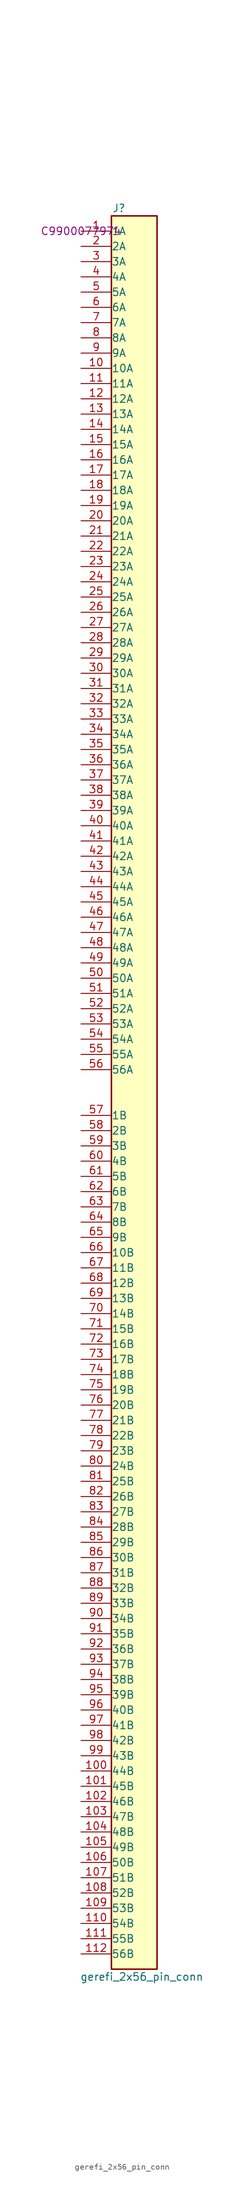
<source format=kicad_sym>
(kicad_symbol_lib
  (version 20231120)
  (generator "kicad_symbol_editor")
  (generator_version "8.0")
  (symbol "gerefi_2x56_pin_conn"
    (pin_names
      (offset 0.002))
    (property "Reference" "J"
      (at 6.35 3.81 0)
      (effects (font (size 1.27 1.27))))
    (property "Value" "gerefi_2x56_pin_conn"
      (at 10.16 -290.83 0)
      (effects (font (size 1.27 1.27))))
    (property "LCSC" "C9900077974"
      (at 0 0 0)
      (effects (font (size 1.27 1.27))))
    (symbol "gerefi_2x56_pin_conn_1_1"
      (rectangle (start 5.08 2.54) (end 12.7 -289.56) (stroke (width 0.254) (type default)) (fill (type background)))
      (pin passive line (at 0 0 0) (length 5.08) (name "1A" (effects (font (size 1.27 1.27)))) (number "1" (effects (font (size 1.27 1.27)))))
      (pin passive line (at 0 -22.86 0) (length 5.08) (name "10A" (effects (font (size 1.27 1.27)))) (number "10" (effects (font (size 1.27 1.27)))))
      (pin input line (at 0 -256.54 0) (length 5.08) (name "44B" (effects (font (size 1.27 1.27)))) (number "100" (effects (font (size 1.27 1.27)))))
      (pin input line (at 0 -259.08 0) (length 5.08) (name "45B" (effects (font (size 1.27 1.27)))) (number "101" (effects (font (size 1.27 1.27)))))
      (pin input line (at 0 -261.62 0) (length 5.08) (name "46B" (effects (font (size 1.27 1.27)))) (number "102" (effects (font (size 1.27 1.27)))))
      (pin input line (at 0 -264.16 0) (length 5.08) (name "47B" (effects (font (size 1.27 1.27)))) (number "103" (effects (font (size 1.27 1.27)))))
      (pin input line (at 0 -266.7 0) (length 5.08) (name "48B" (effects (font (size 1.27 1.27)))) (number "104" (effects (font (size 1.27 1.27)))))
      (pin input line (at 0 -269.24 0) (length 5.08) (name "49B" (effects (font (size 1.27 1.27)))) (number "105" (effects (font (size 1.27 1.27)))))
      (pin input line (at 0 -271.78 0) (length 5.08) (name "50B" (effects (font (size 1.27 1.27)))) (number "106" (effects (font (size 1.27 1.27)))))
      (pin input line (at 0 -274.32 0) (length 5.08) (name "51B" (effects (font (size 1.27 1.27)))) (number "107" (effects (font (size 1.27 1.27)))))
      (pin input line (at 0 -276.86 0) (length 5.08) (name "52B" (effects (font (size 1.27 1.27)))) (number "108" (effects (font (size 1.27 1.27)))))
      (pin input line (at 0 -279.4 0) (length 5.08) (name "53B" (effects (font (size 1.27 1.27)))) (number "109" (effects (font (size 1.27 1.27)))))
      (pin passive line (at 0 -25.4 0) (length 5.08) (name "11A" (effects (font (size 1.27 1.27)))) (number "11" (effects (font (size 1.27 1.27)))))
      (pin input line (at 0 -281.94 0) (length 5.08) (name "54B" (effects (font (size 1.27 1.27)))) (number "110" (effects (font (size 1.27 1.27)))))
      (pin input line (at 0 -284.48 0) (length 5.08) (name "55B" (effects (font (size 1.27 1.27)))) (number "111" (effects (font (size 1.27 1.27)))))
      (pin input line (at 0 -287.02 0) (length 5.08) (name "56B" (effects (font (size 1.27 1.27)))) (number "112" (effects (font (size 1.27 1.27)))))
      (pin passive line (at 0 -27.94 0) (length 5.08) (name "12A" (effects (font (size 1.27 1.27)))) (number "12" (effects (font (size 1.27 1.27)))))
      (pin passive line (at 0 -30.48 0) (length 5.08) (name "13A" (effects (font (size 1.27 1.27)))) (number "13" (effects (font (size 1.27 1.27)))))
      (pin passive line (at 0 -33.02 0) (length 5.08) (name "14A" (effects (font (size 1.27 1.27)))) (number "14" (effects (font (size 1.27 1.27)))))
      (pin passive line (at 0 -35.56 0) (length 5.08) (name "15A" (effects (font (size 1.27 1.27)))) (number "15" (effects (font (size 1.27 1.27)))))
      (pin passive line (at 0 -38.1 0) (length 5.08) (name "16A" (effects (font (size 1.27 1.27)))) (number "16" (effects (font (size 1.27 1.27)))))
      (pin passive line (at 0 -40.64 0) (length 5.08) (name "17A" (effects (font (size 1.27 1.27)))) (number "17" (effects (font (size 1.27 1.27)))))
      (pin passive line (at 0 -43.18 0) (length 5.08) (name "18A" (effects (font (size 1.27 1.27)))) (number "18" (effects (font (size 1.27 1.27)))))
      (pin passive line (at 0 -45.72 0) (length 5.08) (name "19A" (effects (font (size 1.27 1.27)))) (number "19" (effects (font (size 1.27 1.27)))))
      (pin passive line (at 0 -2.54 0) (length 5.08) (name "2A" (effects (font (size 1.27 1.27)))) (number "2" (effects (font (size 1.27 1.27)))))
      (pin passive line (at 0 -48.26 0) (length 5.08) (name "20A" (effects (font (size 1.27 1.27)))) (number "20" (effects (font (size 1.27 1.27)))))
      (pin passive line (at 0 -50.8 0) (length 5.08) (name "21A" (effects (font (size 1.27 1.27)))) (number "21" (effects (font (size 1.27 1.27)))))
      (pin passive line (at 0 -53.34 0) (length 5.08) (name "22A" (effects (font (size 1.27 1.27)))) (number "22" (effects (font (size 1.27 1.27)))))
      (pin passive line (at 0 -55.88 0) (length 5.08) (name "23A" (effects (font (size 1.27 1.27)))) (number "23" (effects (font (size 1.27 1.27)))))
      (pin passive line (at 0 -58.42 0) (length 5.08) (name "24A" (effects (font (size 1.27 1.27)))) (number "24" (effects (font (size 1.27 1.27)))))
      (pin passive line (at 0 -60.96 0) (length 5.08) (name "25A" (effects (font (size 1.27 1.27)))) (number "25" (effects (font (size 1.27 1.27)))))
      (pin passive line (at 0 -63.5 0) (length 5.08) (name "26A" (effects (font (size 1.27 1.27)))) (number "26" (effects (font (size 1.27 1.27)))))
      (pin passive line (at 0 -66.04 0) (length 5.08) (name "27A" (effects (font (size 1.27 1.27)))) (number "27" (effects (font (size 1.27 1.27)))))
      (pin passive line (at 0 -68.58 0) (length 5.08) (name "28A" (effects (font (size 1.27 1.27)))) (number "28" (effects (font (size 1.27 1.27)))))
      (pin passive line (at 0 -71.12 0) (length 5.08) (name "29A" (effects (font (size 1.27 1.27)))) (number "29" (effects (font (size 1.27 1.27)))))
      (pin passive line (at 0 -5.08 0) (length 5.08) (name "3A" (effects (font (size 1.27 1.27)))) (number "3" (effects (font (size 1.27 1.27)))))
      (pin passive line (at 0 -73.66 0) (length 5.08) (name "30A" (effects (font (size 1.27 1.27)))) (number "30" (effects (font (size 1.27 1.27)))))
      (pin passive line (at 0 -76.2 0) (length 5.08) (name "31A" (effects (font (size 1.27 1.27)))) (number "31" (effects (font (size 1.27 1.27)))))
      (pin passive line (at 0 -78.74 0) (length 5.08) (name "32A" (effects (font (size 1.27 1.27)))) (number "32" (effects (font (size 1.27 1.27)))))
      (pin passive line (at 0 -81.28 0) (length 5.08) (name "33A" (effects (font (size 1.27 1.27)))) (number "33" (effects (font (size 1.27 1.27)))))
      (pin passive line (at 0 -83.82 0) (length 5.08) (name "34A" (effects (font (size 1.27 1.27)))) (number "34" (effects (font (size 1.27 1.27)))))
      (pin passive line (at 0 -86.36 0) (length 5.08) (name "35A" (effects (font (size 1.27 1.27)))) (number "35" (effects (font (size 1.27 1.27)))))
      (pin passive line (at 0 -88.9 0) (length 5.08) (name "36A" (effects (font (size 1.27 1.27)))) (number "36" (effects (font (size 1.27 1.27)))))
      (pin passive line (at 0 -91.44 0) (length 5.08) (name "37A" (effects (font (size 1.27 1.27)))) (number "37" (effects (font (size 1.27 1.27)))))
      (pin passive line (at 0 -93.98 0) (length 5.08) (name "38A" (effects (font (size 1.27 1.27)))) (number "38" (effects (font (size 1.27 1.27)))))
      (pin passive line (at 0 -96.52 0) (length 5.08) (name "39A" (effects (font (size 1.27 1.27)))) (number "39" (effects (font (size 1.27 1.27)))))
      (pin passive line (at 0 -7.62 0) (length 5.08) (name "4A" (effects (font (size 1.27 1.27)))) (number "4" (effects (font (size 1.27 1.27)))))
      (pin passive line (at 0 -99.06 0) (length 5.08) (name "40A" (effects (font (size 1.27 1.27)))) (number "40" (effects (font (size 1.27 1.27)))))
      (pin passive line (at 0 -101.6 0) (length 5.08) (name "41A" (effects (font (size 1.27 1.27)))) (number "41" (effects (font (size 1.27 1.27)))))
      (pin passive line (at 0 -104.14 0) (length 5.08) (name "42A" (effects (font (size 1.27 1.27)))) (number "42" (effects (font (size 1.27 1.27)))))
      (pin passive line (at 0 -106.68 0) (length 5.08) (name "43A" (effects (font (size 1.27 1.27)))) (number "43" (effects (font (size 1.27 1.27)))))
      (pin passive line (at 0 -109.22 0) (length 5.08) (name "44A" (effects (font (size 1.27 1.27)))) (number "44" (effects (font (size 1.27 1.27)))))
      (pin passive line (at 0 -111.76 0) (length 5.08) (name "45A" (effects (font (size 1.27 1.27)))) (number "45" (effects (font (size 1.27 1.27)))))
      (pin passive line (at 0 -114.3 0) (length 5.08) (name "46A" (effects (font (size 1.27 1.27)))) (number "46" (effects (font (size 1.27 1.27)))))
      (pin passive line (at 0 -116.84 0) (length 5.08) (name "47A" (effects (font (size 1.27 1.27)))) (number "47" (effects (font (size 1.27 1.27)))))
      (pin passive line (at 0 -119.38 0) (length 5.08) (name "48A" (effects (font (size 1.27 1.27)))) (number "48" (effects (font (size 1.27 1.27)))))
      (pin passive line (at 0 -121.92 0) (length 5.08) (name "49A" (effects (font (size 1.27 1.27)))) (number "49" (effects (font (size 1.27 1.27)))))
      (pin passive line (at 0 -10.16 0) (length 5.08) (name "5A" (effects (font (size 1.27 1.27)))) (number "5" (effects (font (size 1.27 1.27)))))
      (pin passive line (at 0 -124.46 0) (length 5.08) (name "50A" (effects (font (size 1.27 1.27)))) (number "50" (effects (font (size 1.27 1.27)))))
      (pin passive line (at 0 -127 0) (length 5.08) (name "51A" (effects (font (size 1.27 1.27)))) (number "51" (effects (font (size 1.27 1.27)))))
      (pin passive line (at 0 -129.54 0) (length 5.08) (name "52A" (effects (font (size 1.27 1.27)))) (number "52" (effects (font (size 1.27 1.27)))))
      (pin passive line (at 0 -132.08 0) (length 5.08) (name "53A" (effects (font (size 1.27 1.27)))) (number "53" (effects (font (size 1.27 1.27)))))
      (pin passive line (at 0 -134.62 0) (length 5.08) (name "54A" (effects (font (size 1.27 1.27)))) (number "54" (effects (font (size 1.27 1.27)))))
      (pin passive line (at 0 -137.16 0) (length 5.08) (name "55A" (effects (font (size 1.27 1.27)))) (number "55" (effects (font (size 1.27 1.27)))))
      (pin passive line (at 0 -139.7 0) (length 5.08) (name "56A" (effects (font (size 1.27 1.27)))) (number "56" (effects (font (size 1.27 1.27)))))
      (pin input line (at 0 -147.32 0) (length 5.08) (name "1B" (effects (font (size 1.27 1.27)))) (number "57" (effects (font (size 1.27 1.27)))))
      (pin input line (at 0 -149.86 0) (length 5.08) (name "2B" (effects (font (size 1.27 1.27)))) (number "58" (effects (font (size 1.27 1.27)))))
      (pin input line (at 0 -152.4 0) (length 5.08) (name "3B" (effects (font (size 1.27 1.27)))) (number "59" (effects (font (size 1.27 1.27)))))
      (pin passive line (at 0 -12.7 0) (length 5.08) (name "6A" (effects (font (size 1.27 1.27)))) (number "6" (effects (font (size 1.27 1.27)))))
      (pin input line (at 0 -154.94 0) (length 5.08) (name "4B" (effects (font (size 1.27 1.27)))) (number "60" (effects (font (size 1.27 1.27)))))
      (pin input line (at 0 -157.48 0) (length 5.08) (name "5B" (effects (font (size 1.27 1.27)))) (number "61" (effects (font (size 1.27 1.27)))))
      (pin input line (at 0 -160.02 0) (length 5.08) (name "6B" (effects (font (size 1.27 1.27)))) (number "62" (effects (font (size 1.27 1.27)))))
      (pin input line (at 0 -162.56 0) (length 5.08) (name "7B" (effects (font (size 1.27 1.27)))) (number "63" (effects (font (size 1.27 1.27)))))
      (pin input line (at 0 -165.1 0) (length 5.08) (name "8B" (effects (font (size 1.27 1.27)))) (number "64" (effects (font (size 1.27 1.27)))))
      (pin input line (at 0 -167.64 0) (length 5.08) (name "9B" (effects (font (size 1.27 1.27)))) (number "65" (effects (font (size 1.27 1.27)))))
      (pin input line (at 0 -170.18 0) (length 5.08) (name "10B" (effects (font (size 1.27 1.27)))) (number "66" (effects (font (size 1.27 1.27)))))
      (pin input line (at 0 -172.72 0) (length 5.08) (name "11B" (effects (font (size 1.27 1.27)))) (number "67" (effects (font (size 1.27 1.27)))))
      (pin input line (at 0 -175.26 0) (length 5.08) (name "12B" (effects (font (size 1.27 1.27)))) (number "68" (effects (font (size 1.27 1.27)))))
      (pin input line (at 0 -177.8 0) (length 5.08) (name "13B" (effects (font (size 1.27 1.27)))) (number "69" (effects (font (size 1.27 1.27)))))
      (pin passive line (at 0 -15.24 0) (length 5.08) (name "7A" (effects (font (size 1.27 1.27)))) (number "7" (effects (font (size 1.27 1.27)))))
      (pin input line (at 0 -180.34 0) (length 5.08) (name "14B" (effects (font (size 1.27 1.27)))) (number "70" (effects (font (size 1.27 1.27)))))
      (pin input line (at 0 -182.88 0) (length 5.08) (name "15B" (effects (font (size 1.27 1.27)))) (number "71" (effects (font (size 1.27 1.27)))))
      (pin input line (at 0 -185.42 0) (length 5.08) (name "16B" (effects (font (size 1.27 1.27)))) (number "72" (effects (font (size 1.27 1.27)))))
      (pin input line (at 0 -187.96 0) (length 5.08) (name "17B" (effects (font (size 1.27 1.27)))) (number "73" (effects (font (size 1.27 1.27)))))
      (pin input line (at 0 -190.5 0) (length 5.08) (name "18B" (effects (font (size 1.27 1.27)))) (number "74" (effects (font (size 1.27 1.27)))))
      (pin input line (at 0 -193.04 0) (length 5.08) (name "19B" (effects (font (size 1.27 1.27)))) (number "75" (effects (font (size 1.27 1.27)))))
      (pin input line (at 0 -195.58 0) (length 5.08) (name "20B" (effects (font (size 1.27 1.27)))) (number "76" (effects (font (size 1.27 1.27)))))
      (pin input line (at 0 -198.12 0) (length 5.08) (name "21B" (effects (font (size 1.27 1.27)))) (number "77" (effects (font (size 1.27 1.27)))))
      (pin input line (at 0 -200.66 0) (length 5.08) (name "22B" (effects (font (size 1.27 1.27)))) (number "78" (effects (font (size 1.27 1.27)))))
      (pin input line (at 0 -203.2 0) (length 5.08) (name "23B" (effects (font (size 1.27 1.27)))) (number "79" (effects (font (size 1.27 1.27)))))
      (pin passive line (at 0 -17.78 0) (length 5.08) (name "8A" (effects (font (size 1.27 1.27)))) (number "8" (effects (font (size 1.27 1.27)))))
      (pin input line (at 0 -205.74 0) (length 5.08) (name "24B" (effects (font (size 1.27 1.27)))) (number "80" (effects (font (size 1.27 1.27)))))
      (pin input line (at 0 -208.28 0) (length 5.08) (name "25B" (effects (font (size 1.27 1.27)))) (number "81" (effects (font (size 1.27 1.27)))))
      (pin input line (at 0 -210.82 0) (length 5.08) (name "26B" (effects (font (size 1.27 1.27)))) (number "82" (effects (font (size 1.27 1.27)))))
      (pin input line (at 0 -213.36 0) (length 5.08) (name "27B" (effects (font (size 1.27 1.27)))) (number "83" (effects (font (size 1.27 1.27)))))
      (pin input line (at 0 -215.9 0) (length 5.08) (name "28B" (effects (font (size 1.27 1.27)))) (number "84" (effects (font (size 1.27 1.27)))))
      (pin input line (at 0 -218.44 0) (length 5.08) (name "29B" (effects (font (size 1.27 1.27)))) (number "85" (effects (font (size 1.27 1.27)))))
      (pin input line (at 0 -220.98 0) (length 5.08) (name "30B" (effects (font (size 1.27 1.27)))) (number "86" (effects (font (size 1.27 1.27)))))
      (pin input line (at 0 -223.52 0) (length 5.08) (name "31B" (effects (font (size 1.27 1.27)))) (number "87" (effects (font (size 1.27 1.27)))))
      (pin input line (at 0 -226.06 0) (length 5.08) (name "32B" (effects (font (size 1.27 1.27)))) (number "88" (effects (font (size 1.27 1.27)))))
      (pin input line (at 0 -228.6 0) (length 5.08) (name "33B" (effects (font (size 1.27 1.27)))) (number "89" (effects (font (size 1.27 1.27)))))
      (pin passive line (at 0 -20.32 0) (length 5.08) (name "9A" (effects (font (size 1.27 1.27)))) (number "9" (effects (font (size 1.27 1.27)))))
      (pin input line (at 0 -231.14 0) (length 5.08) (name "34B" (effects (font (size 1.27 1.27)))) (number "90" (effects (font (size 1.27 1.27)))))
      (pin input line (at 0 -233.68 0) (length 5.08) (name "35B" (effects (font (size 1.27 1.27)))) (number "91" (effects (font (size 1.27 1.27)))))
      (pin input line (at 0 -236.22 0) (length 5.08) (name "36B" (effects (font (size 1.27 1.27)))) (number "92" (effects (font (size 1.27 1.27)))))
      (pin input line (at 0 -238.76 0) (length 5.08) (name "37B" (effects (font (size 1.27 1.27)))) (number "93" (effects (font (size 1.27 1.27)))))
      (pin input line (at 0 -241.3 0) (length 5.08) (name "38B" (effects (font (size 1.27 1.27)))) (number "94" (effects (font (size 1.27 1.27)))))
      (pin input line (at 0 -243.84 0) (length 5.08) (name "39B" (effects (font (size 1.27 1.27)))) (number "95" (effects (font (size 1.27 1.27)))))
      (pin input line (at 0 -246.38 0) (length 5.08) (name "40B" (effects (font (size 1.27 1.27)))) (number "96" (effects (font (size 1.27 1.27)))))
      (pin input line (at 0 -248.92 0) (length 5.08) (name "41B" (effects (font (size 1.27 1.27)))) (number "97" (effects (font (size 1.27 1.27)))))
      (pin input line (at 0 -251.46 0) (length 5.08) (name "42B" (effects (font (size 1.27 1.27)))) (number "98" (effects (font (size 1.27 1.27)))))
      (pin input line (at 0 -254 0) (length 5.08) (name "43B" (effects (font (size 1.27 1.27)))) (number "99" (effects (font (size 1.27 1.27))))))))
</source>
